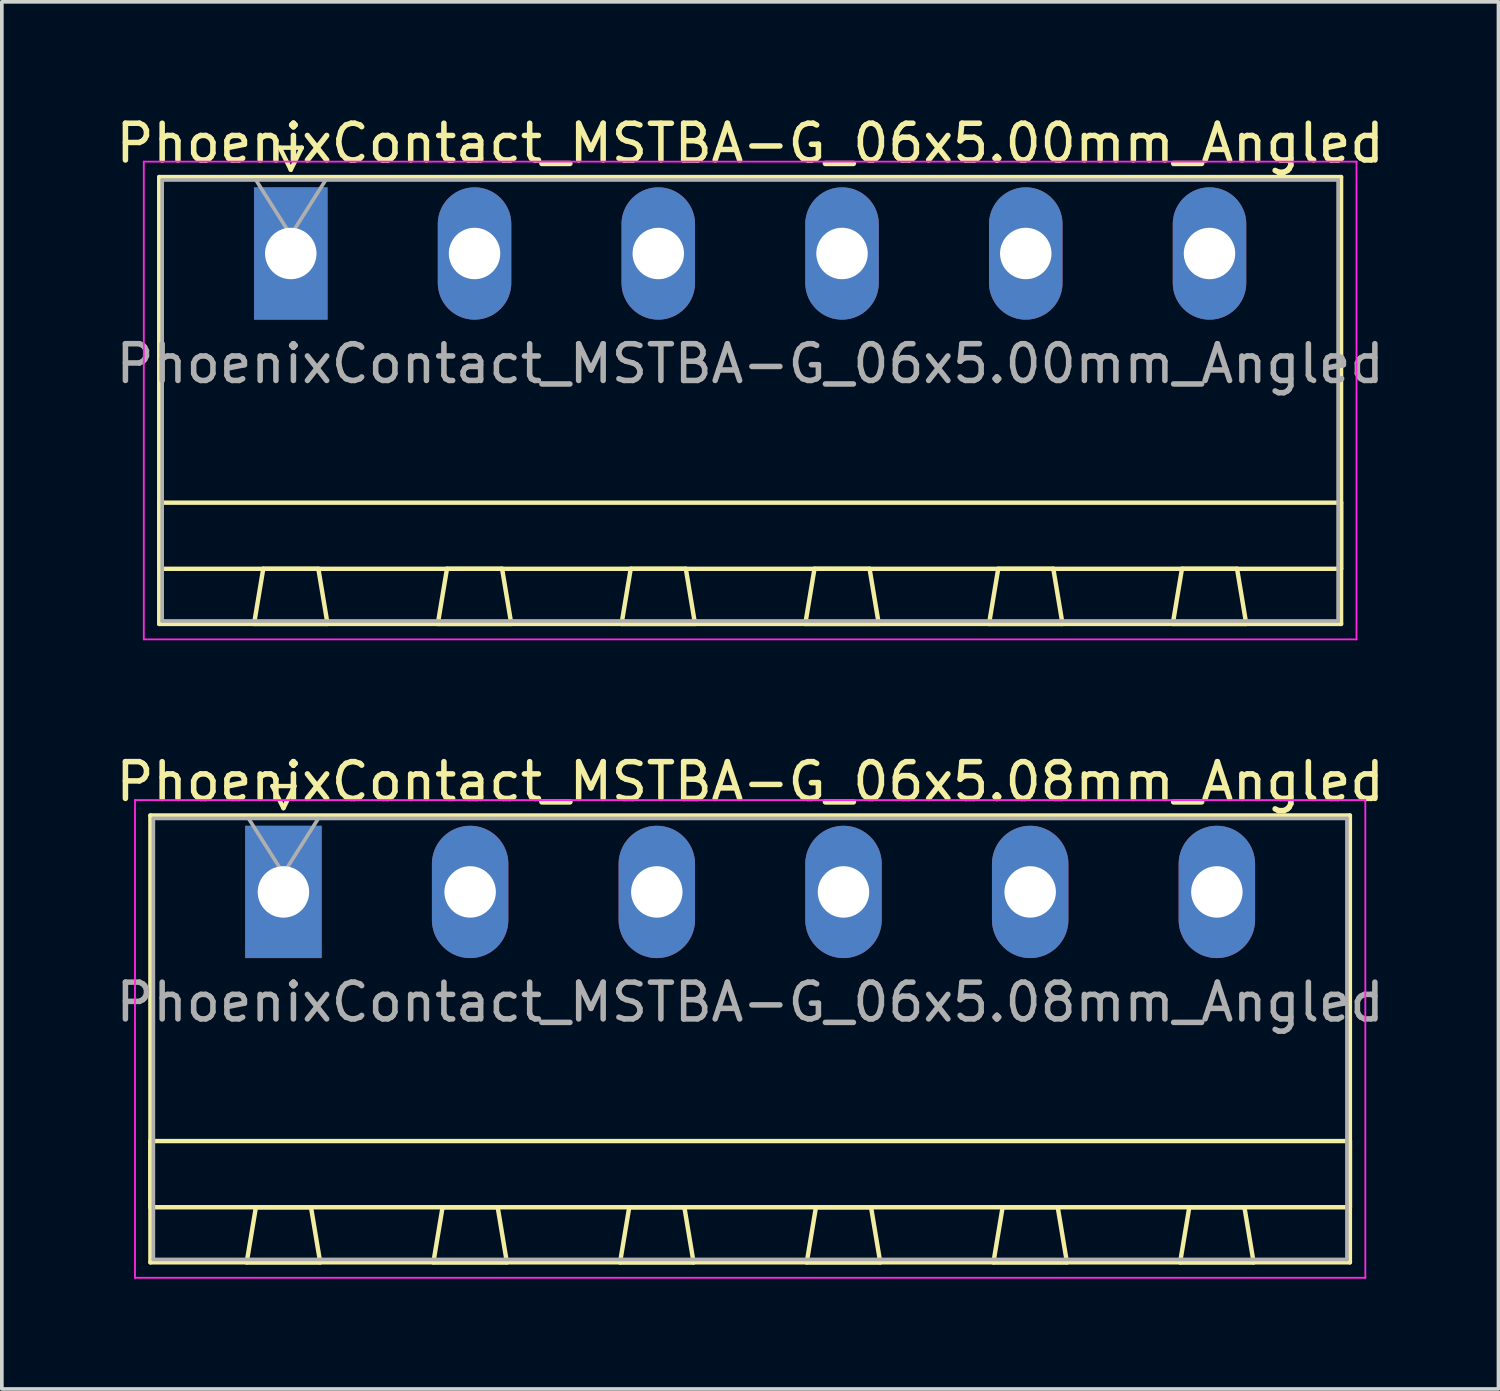
<source format=kicad_pcb>
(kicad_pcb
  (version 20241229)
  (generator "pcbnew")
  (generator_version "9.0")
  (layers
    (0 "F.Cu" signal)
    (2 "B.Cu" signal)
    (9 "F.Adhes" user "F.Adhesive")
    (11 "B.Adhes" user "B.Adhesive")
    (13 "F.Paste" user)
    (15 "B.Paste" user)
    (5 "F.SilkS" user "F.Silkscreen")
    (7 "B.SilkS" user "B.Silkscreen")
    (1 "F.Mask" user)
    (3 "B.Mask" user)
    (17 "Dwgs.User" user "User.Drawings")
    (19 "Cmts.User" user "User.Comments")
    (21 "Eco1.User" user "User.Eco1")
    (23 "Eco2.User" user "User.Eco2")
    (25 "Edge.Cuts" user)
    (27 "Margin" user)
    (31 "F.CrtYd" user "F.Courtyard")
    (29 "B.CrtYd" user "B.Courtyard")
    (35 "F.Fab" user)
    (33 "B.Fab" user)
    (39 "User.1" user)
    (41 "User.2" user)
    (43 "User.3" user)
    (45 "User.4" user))
  (footprint "PhoenixContact_MSTBA-G_06x5.00mm_Angled"
    (layer "F.Cu")
    (at 4.863 3.848)
    (property "Reference" "PhoenixContact_MSTBA-G_06x5.00mm_Angled" (at 12.5 -3 0) (layer "F.SilkS") (effects (font (size 1 1) (thickness 0.15))))
    (attr through_hole)
    (fp_line (start -3.58 -2.08) (end -3.58 10.08) (stroke (width 0.12) (type solid)) (layer "F.SilkS"))
    (fp_line (start -3.58 6.78) (end 28.58 6.78) (stroke (width 0.12) (type solid)) (layer "F.SilkS"))
    (fp_line (start -3.58 8.58) (end -3.58 6.78) (stroke (width 0.12) (type solid)) (layer "F.SilkS"))
    (fp_line (start -3.58 10.08) (end 28.58 10.08) (stroke (width 0.12) (type solid)) (layer "F.SilkS"))
    (fp_line (start -1 10.08) (end 1 10.08) (stroke (width 0.12) (type solid)) (layer "F.SilkS"))
    (fp_line (start -0.75 8.58) (end -1 10.08) (stroke (width 0.12) (type solid)) (layer "F.SilkS"))
    (fp_line (start -0.3 -2.88) (end 0.3 -2.88) (stroke (width 0.12) (type solid)) (layer "F.SilkS"))
    (fp_line (start 0 -2.28) (end -0.3 -2.88) (stroke (width 0.12) (type solid)) (layer "F.SilkS"))
    (fp_line (start 0.3 -2.88) (end 0 -2.28) (stroke (width 0.12) (type solid)) (layer "F.SilkS"))
    (fp_line (start 0.75 8.58) (end -0.75 8.58) (stroke (width 0.12) (type solid)) (layer "F.SilkS"))
    (fp_line (start 1 10.08) (end 0.75 8.58) (stroke (width 0.12) (type solid)) (layer "F.SilkS"))
    (fp_line (start 4 10.08) (end 6 10.08) (stroke (width 0.12) (type solid)) (layer "F.SilkS"))
    (fp_line (start 4.25 8.58) (end 4 10.08) (stroke (width 0.12) (type solid)) (layer "F.SilkS"))
    (fp_line (start 5.75 8.58) (end 4.25 8.58) (stroke (width 0.12) (type solid)) (layer "F.SilkS"))
    (fp_line (start 6 10.08) (end 5.75 8.58) (stroke (width 0.12) (type solid)) (layer "F.SilkS"))
    (fp_line (start 9 10.08) (end 11 10.08) (stroke (width 0.12) (type solid)) (layer "F.SilkS"))
    (fp_line (start 9.25 8.58) (end 9 10.08) (stroke (width 0.12) (type solid)) (layer "F.SilkS"))
    (fp_line (start 10.75 8.58) (end 9.25 8.58) (stroke (width 0.12) (type solid)) (layer "F.SilkS"))
    (fp_line (start 11 10.08) (end 10.75 8.58) (stroke (width 0.12) (type solid)) (layer "F.SilkS"))
    (fp_line (start 14 10.08) (end 16 10.08) (stroke (width 0.12) (type solid)) (layer "F.SilkS"))
    (fp_line (start 14.25 8.58) (end 14 10.08) (stroke (width 0.12) (type solid)) (layer "F.SilkS"))
    (fp_line (start 15.75 8.58) (end 14.25 8.58) (stroke (width 0.12) (type solid)) (layer "F.SilkS"))
    (fp_line (start 16 10.08) (end 15.75 8.58) (stroke (width 0.12) (type solid)) (layer "F.SilkS"))
    (fp_line (start 19 10.08) (end 21 10.08) (stroke (width 0.12) (type solid)) (layer "F.SilkS"))
    (fp_line (start 19.25 8.58) (end 19 10.08) (stroke (width 0.12) (type solid)) (layer "F.SilkS"))
    (fp_line (start 20.75 8.58) (end 19.25 8.58) (stroke (width 0.12) (type solid)) (layer "F.SilkS"))
    (fp_line (start 21 10.08) (end 20.75 8.58) (stroke (width 0.12) (type solid)) (layer "F.SilkS"))
    (fp_line (start 24 10.08) (end 26 10.08) (stroke (width 0.12) (type solid)) (layer "F.SilkS"))
    (fp_line (start 24.25 8.58) (end 24 10.08) (stroke (width 0.12) (type solid)) (layer "F.SilkS"))
    (fp_line (start 25.75 8.58) (end 24.25 8.58) (stroke (width 0.12) (type solid)) (layer "F.SilkS"))
    (fp_line (start 26 10.08) (end 25.75 8.58) (stroke (width 0.12) (type solid)) (layer "F.SilkS"))
    (fp_line (start 28.58 -2.08) (end -3.58 -2.08) (stroke (width 0.12) (type solid)) (layer "F.SilkS"))
    (fp_line (start 28.58 6.78) (end 28.58 8.58) (stroke (width 0.12) (type solid)) (layer "F.SilkS"))
    (fp_line (start 28.58 8.58) (end -3.58 8.58) (stroke (width 0.12) (type solid)) (layer "F.SilkS"))
    (fp_line (start 28.58 10.08) (end 28.58 -2.08) (stroke (width 0.12) (type solid)) (layer "F.SilkS"))
    (fp_line (start -4 -2.5) (end -4 10.5) (stroke (width 0.05) (type solid)) (layer "F.CrtYd"))
    (fp_line (start -4 10.5) (end 29 10.5) (stroke (width 0.05) (type solid)) (layer "F.CrtYd"))
    (fp_line (start 29 -2.5) (end -4 -2.5) (stroke (width 0.05) (type solid)) (layer "F.CrtYd"))
    (fp_line (start 29 10.5) (end 29 -2.5) (stroke (width 0.05) (type solid)) (layer "F.CrtYd"))
    (fp_line (start -3.5 -2) (end -3.5 10) (stroke (width 0.1) (type solid)) (layer "F.Fab"))
    (fp_line (start -3.5 10) (end 28.5 10) (stroke (width 0.1) (type solid)) (layer "F.Fab"))
    (fp_line (start 0 -0.5) (end -0.95 -2) (stroke (width 0.1) (type solid)) (layer "F.Fab"))
    (fp_line (start 0.95 -2) (end 0 -0.5) (stroke (width 0.1) (type solid)) (layer "F.Fab"))
    (fp_line (start 28.5 -2) (end -3.5 -2) (stroke (width 0.1) (type solid)) (layer "F.Fab"))
    (fp_line (start 28.5 10) (end 28.5 -2) (stroke (width 0.1) (type solid)) (layer "F.Fab"))
    (fp_text user "${REFERENCE}" (at 12.5 3 0) (layer "F.Fab") (effects (font (size 1 1) (thickness 0.15))))
    (pad "1" thru_hole rect (at 0 0) (size 2 3.6) (drill 1.4) (layers "*.Cu" "*.Mask"))
    (pad "2" thru_hole oval (at 5 0) (size 2 3.6) (drill 1.4) (layers "*.Cu" "*.Mask"))
    (pad "3" thru_hole oval (at 10 0) (size 2 3.6) (drill 1.4) (layers "*.Cu" "*.Mask"))
    (pad "4" thru_hole oval (at 15 0) (size 2 3.6) (drill 1.4) (layers "*.Cu" "*.Mask"))
    (pad "5" thru_hole oval (at 20 0) (size 2 3.6) (drill 1.4) (layers "*.Cu" "*.Mask"))
    (pad "6" thru_hole oval (at 25 0) (size 2 3.6) (drill 1.4) (layers "*.Cu" "*.Mask")))
  (footprint "PhoenixContact_MSTBA-G_06x5.08mm_Angled"
    (layer "F.Cu")
    (at 4.663 21.221)
    (property "Reference" "PhoenixContact_MSTBA-G_06x5.08mm_Angled" (at 12.7 -3 0) (layer "F.SilkS") (effects (font (size 1 1) (thickness 0.15))))
    (attr through_hole)
    (fp_line (start -3.62 -2.08) (end -3.62 10.08) (stroke (width 0.12) (type solid)) (layer "F.SilkS"))
    (fp_line (start -3.62 6.78) (end 29.02 6.78) (stroke (width 0.12) (type solid)) (layer "F.SilkS"))
    (fp_line (start -3.62 8.58) (end -3.62 6.78) (stroke (width 0.12) (type solid)) (layer "F.SilkS"))
    (fp_line (start -3.62 10.08) (end 29.02 10.08) (stroke (width 0.12) (type solid)) (layer "F.SilkS"))
    (fp_line (start -1 10.08) (end 1 10.08) (stroke (width 0.12) (type solid)) (layer "F.SilkS"))
    (fp_line (start -0.75 8.58) (end -1 10.08) (stroke (width 0.12) (type solid)) (layer "F.SilkS"))
    (fp_line (start -0.3 -2.88) (end 0.3 -2.88) (stroke (width 0.12) (type solid)) (layer "F.SilkS"))
    (fp_line (start 0 -2.28) (end -0.3 -2.88) (stroke (width 0.12) (type solid)) (layer "F.SilkS"))
    (fp_line (start 0.3 -2.88) (end 0 -2.28) (stroke (width 0.12) (type solid)) (layer "F.SilkS"))
    (fp_line (start 0.75 8.58) (end -0.75 8.58) (stroke (width 0.12) (type solid)) (layer "F.SilkS"))
    (fp_line (start 1 10.08) (end 0.75 8.58) (stroke (width 0.12) (type solid)) (layer "F.SilkS"))
    (fp_line (start 4.08 10.08) (end 6.08 10.08) (stroke (width 0.12) (type solid)) (layer "F.SilkS"))
    (fp_line (start 4.33 8.58) (end 4.08 10.08) (stroke (width 0.12) (type solid)) (layer "F.SilkS"))
    (fp_line (start 5.83 8.58) (end 4.33 8.58) (stroke (width 0.12) (type solid)) (layer "F.SilkS"))
    (fp_line (start 6.08 10.08) (end 5.83 8.58) (stroke (width 0.12) (type solid)) (layer "F.SilkS"))
    (fp_line (start 9.16 10.08) (end 11.16 10.08) (stroke (width 0.12) (type solid)) (layer "F.SilkS"))
    (fp_line (start 9.41 8.58) (end 9.16 10.08) (stroke (width 0.12) (type solid)) (layer "F.SilkS"))
    (fp_line (start 10.91 8.58) (end 9.41 8.58) (stroke (width 0.12) (type solid)) (layer "F.SilkS"))
    (fp_line (start 11.16 10.08) (end 10.91 8.58) (stroke (width 0.12) (type solid)) (layer "F.SilkS"))
    (fp_line (start 14.24 10.08) (end 16.24 10.08) (stroke (width 0.12) (type solid)) (layer "F.SilkS"))
    (fp_line (start 14.49 8.58) (end 14.24 10.08) (stroke (width 0.12) (type solid)) (layer "F.SilkS"))
    (fp_line (start 15.99 8.58) (end 14.49 8.58) (stroke (width 0.12) (type solid)) (layer "F.SilkS"))
    (fp_line (start 16.24 10.08) (end 15.99 8.58) (stroke (width 0.12) (type solid)) (layer "F.SilkS"))
    (fp_line (start 19.32 10.08) (end 21.32 10.08) (stroke (width 0.12) (type solid)) (layer "F.SilkS"))
    (fp_line (start 19.57 8.58) (end 19.32 10.08) (stroke (width 0.12) (type solid)) (layer "F.SilkS"))
    (fp_line (start 21.07 8.58) (end 19.57 8.58) (stroke (width 0.12) (type solid)) (layer "F.SilkS"))
    (fp_line (start 21.32 10.08) (end 21.07 8.58) (stroke (width 0.12) (type solid)) (layer "F.SilkS"))
    (fp_line (start 24.4 10.08) (end 26.4 10.08) (stroke (width 0.12) (type solid)) (layer "F.SilkS"))
    (fp_line (start 24.65 8.58) (end 24.4 10.08) (stroke (width 0.12) (type solid)) (layer "F.SilkS"))
    (fp_line (start 26.15 8.58) (end 24.65 8.58) (stroke (width 0.12) (type solid)) (layer "F.SilkS"))
    (fp_line (start 26.4 10.08) (end 26.15 8.58) (stroke (width 0.12) (type solid)) (layer "F.SilkS"))
    (fp_line (start 29.02 -2.08) (end -3.62 -2.08) (stroke (width 0.12) (type solid)) (layer "F.SilkS"))
    (fp_line (start 29.02 6.78) (end 29.02 8.58) (stroke (width 0.12) (type solid)) (layer "F.SilkS"))
    (fp_line (start 29.02 8.58) (end -3.62 8.58) (stroke (width 0.12) (type solid)) (layer "F.SilkS"))
    (fp_line (start 29.02 10.08) (end 29.02 -2.08) (stroke (width 0.12) (type solid)) (layer "F.SilkS"))
    (fp_line (start -4.04 -2.5) (end -4.04 10.5) (stroke (width 0.05) (type solid)) (layer "F.CrtYd"))
    (fp_line (start -4.04 10.5) (end 29.44 10.5) (stroke (width 0.05) (type solid)) (layer "F.CrtYd"))
    (fp_line (start 29.44 -2.5) (end -4.04 -2.5) (stroke (width 0.05) (type solid)) (layer "F.CrtYd"))
    (fp_line (start 29.44 10.5) (end 29.44 -2.5) (stroke (width 0.05) (type solid)) (layer "F.CrtYd"))
    (fp_line (start -3.54 -2) (end -3.54 10) (stroke (width 0.1) (type solid)) (layer "F.Fab"))
    (fp_line (start -3.54 10) (end 28.94 10) (stroke (width 0.1) (type solid)) (layer "F.Fab"))
    (fp_line (start 0 -0.5) (end -0.95 -2) (stroke (width 0.1) (type solid)) (layer "F.Fab"))
    (fp_line (start 0.95 -2) (end 0 -0.5) (stroke (width 0.1) (type solid)) (layer "F.Fab"))
    (fp_line (start 28.94 -2) (end -3.54 -2) (stroke (width 0.1) (type solid)) (layer "F.Fab"))
    (fp_line (start 28.94 10) (end 28.94 -2) (stroke (width 0.1) (type solid)) (layer "F.Fab"))
    (fp_text user "${REFERENCE}" (at 12.7 3 0) (layer "F.Fab") (effects (font (size 1 1) (thickness 0.15))))
    (pad "1" thru_hole rect (at 0 0) (size 2.08 3.6) (drill 1.4) (layers "*.Cu" "*.Mask"))
    (pad "2" thru_hole oval (at 5.08 0) (size 2.08 3.6) (drill 1.4) (layers "*.Cu" "*.Mask"))
    (pad "3" thru_hole oval (at 10.16 0) (size 2.08 3.6) (drill 1.4) (layers "*.Cu" "*.Mask"))
    (pad "4" thru_hole oval (at 15.24 0) (size 2.08 3.6) (drill 1.4) (layers "*.Cu" "*.Mask"))
    (pad "5" thru_hole oval (at 20.32 0) (size 2.08 3.6) (drill 1.4) (layers "*.Cu" "*.Mask"))
    (pad "6" thru_hole oval (at 25.4 0) (size 2.08 3.6) (drill 1.4) (layers "*.Cu" "*.Mask")))
  (gr_rect
    (start -3 -3)
    (end 37.726 34.746)
    (stroke (width 0.1) (type default))
    (fill no)
    (layer "Edge.Cuts")))
</source>
